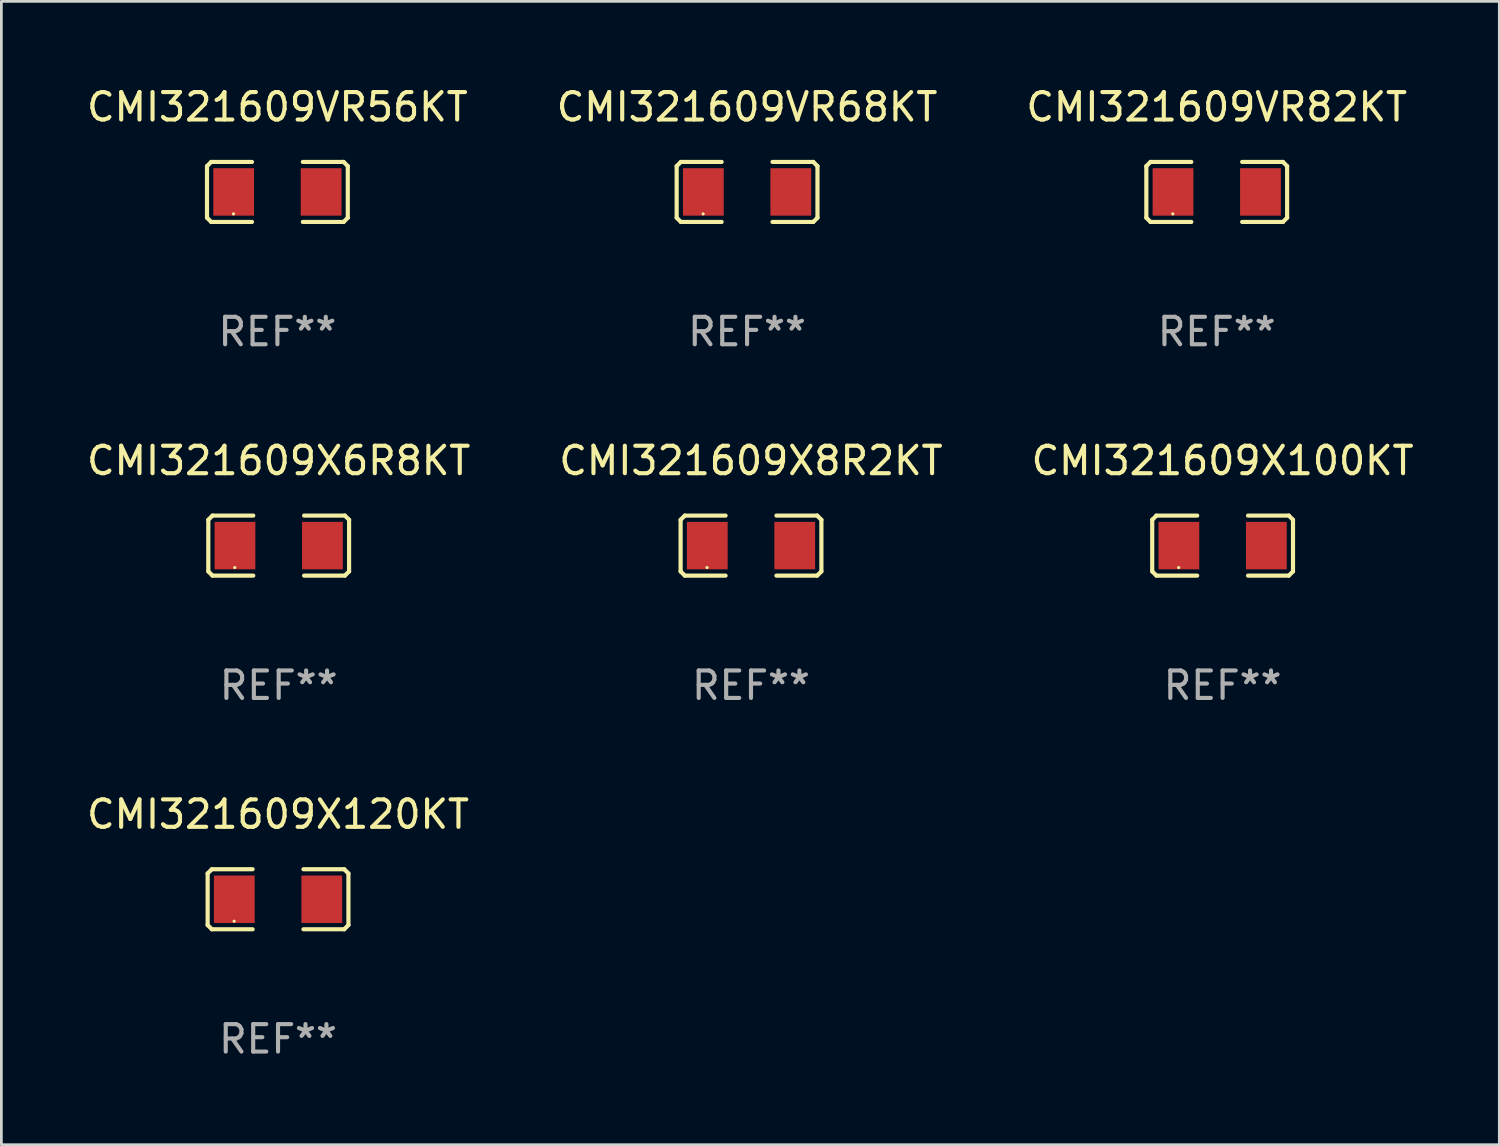
<source format=kicad_pcb>
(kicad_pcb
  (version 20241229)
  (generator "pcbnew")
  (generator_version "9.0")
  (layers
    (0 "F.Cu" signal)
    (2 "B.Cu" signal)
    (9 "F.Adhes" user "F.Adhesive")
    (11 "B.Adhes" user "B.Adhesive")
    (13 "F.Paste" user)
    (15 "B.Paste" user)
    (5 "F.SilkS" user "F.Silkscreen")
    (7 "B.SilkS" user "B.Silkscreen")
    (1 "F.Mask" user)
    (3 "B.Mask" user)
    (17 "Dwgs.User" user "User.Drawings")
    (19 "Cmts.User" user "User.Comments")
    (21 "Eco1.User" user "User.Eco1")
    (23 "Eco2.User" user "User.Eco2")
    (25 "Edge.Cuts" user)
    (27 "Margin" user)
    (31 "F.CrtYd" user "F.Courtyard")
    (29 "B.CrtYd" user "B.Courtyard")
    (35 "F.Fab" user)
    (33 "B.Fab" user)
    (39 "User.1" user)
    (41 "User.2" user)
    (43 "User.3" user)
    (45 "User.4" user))
  (footprint "CMI321609X8R2KT"
    (layer "F.Cu")
    (at 24.304 16.823)
    (property "Reference" "CMI321609X8R2KT" (at 0 -3.093 0) (layer "F.SilkS") (effects (font (size 1 1) (thickness 0.15))))
    (attr through_hole)
    (fp_line (start -2.564 -0.94) (end -2.411 -1.093) (stroke (width 0.152) (type solid)) (layer "F.SilkS"))
    (fp_line (start -2.564 0.94) (end -2.564 -0.94) (stroke (width 0.152) (type solid)) (layer "F.SilkS"))
    (fp_line (start -2.411 -1.093) (end -0.926 -1.093) (stroke (width 0.152) (type solid)) (layer "F.SilkS"))
    (fp_line (start -2.411 1.093) (end -2.564 0.94) (stroke (width 0.152) (type solid)) (layer "F.SilkS"))
    (fp_line (start -0.926 1.093) (end -2.411 1.093) (stroke (width 0.152) (type solid)) (layer "F.SilkS"))
    (fp_line (start 0.926 1.093) (end 2.411 1.093) (stroke (width 0.152) (type solid)) (layer "F.SilkS"))
    (fp_line (start 2.411 -1.093) (end 0.926 -1.093) (stroke (width 0.152) (type solid)) (layer "F.SilkS"))
    (fp_line (start 2.411 1.093) (end 2.564 0.94) (stroke (width 0.152) (type solid)) (layer "F.SilkS"))
    (fp_line (start 2.564 -0.94) (end 2.411 -1.093) (stroke (width 0.152) (type solid)) (layer "F.SilkS"))
    (fp_line (start 2.564 0.94) (end 2.564 -0.94) (stroke (width 0.152) (type solid)) (layer "F.SilkS"))
    (fp_circle (center -1.6 0.8) (end -1.57 0.8) (stroke (width 0.06) (type solid)) (fill no) (layer "F.SilkS"))
    (fp_text user "REF**" (at 0 5.093 0) (layer "F.Fab") (effects (font (size 1 1) (thickness 0.15))))
    (pad "1" smd rect (at -1.593 0) (size 1.485 1.728) (layers "F.Cu" "F.Mask" "F.Paste"))
    (pad "2" smd rect (at 1.593 0) (size 1.485 1.728) (layers "F.Cu" "F.Mask" "F.Paste")))
  (footprint "CMI321609X6R8KT"
    (layer "F.Cu")
    (at 7.101 16.823)
    (property "Reference" "CMI321609X6R8KT" (at 0 -3.093 0) (layer "F.SilkS") (effects (font (size 1 1) (thickness 0.15))))
    (attr through_hole)
    (fp_line (start -2.564 -0.94) (end -2.411 -1.093) (stroke (width 0.152) (type solid)) (layer "F.SilkS"))
    (fp_line (start -2.564 0.94) (end -2.564 -0.94) (stroke (width 0.152) (type solid)) (layer "F.SilkS"))
    (fp_line (start -2.411 -1.093) (end -0.926 -1.093) (stroke (width 0.152) (type solid)) (layer "F.SilkS"))
    (fp_line (start -2.411 1.093) (end -2.564 0.94) (stroke (width 0.152) (type solid)) (layer "F.SilkS"))
    (fp_line (start -0.926 1.093) (end -2.411 1.093) (stroke (width 0.152) (type solid)) (layer "F.SilkS"))
    (fp_line (start 0.926 1.093) (end 2.411 1.093) (stroke (width 0.152) (type solid)) (layer "F.SilkS"))
    (fp_line (start 2.411 -1.093) (end 0.926 -1.093) (stroke (width 0.152) (type solid)) (layer "F.SilkS"))
    (fp_line (start 2.411 1.093) (end 2.564 0.94) (stroke (width 0.152) (type solid)) (layer "F.SilkS"))
    (fp_line (start 2.564 -0.94) (end 2.411 -1.093) (stroke (width 0.152) (type solid)) (layer "F.SilkS"))
    (fp_line (start 2.564 0.94) (end 2.564 -0.94) (stroke (width 0.152) (type solid)) (layer "F.SilkS"))
    (fp_circle (center -1.6 0.8) (end -1.57 0.8) (stroke (width 0.06) (type solid)) (fill no) (layer "F.SilkS"))
    (fp_text user "REF**" (at 0 5.093 0) (layer "F.Fab") (effects (font (size 1 1) (thickness 0.15))))
    (pad "1" smd rect (at -1.593 0) (size 1.485 1.728) (layers "F.Cu" "F.Mask" "F.Paste"))
    (pad "2" smd rect (at 1.593 0) (size 1.485 1.728) (layers "F.Cu" "F.Mask" "F.Paste")))
  (footprint "CMI321609X120KT"
    (layer "F.Cu")
    (at 7.077 29.704)
    (property "Reference" "CMI321609X120KT" (at 0 -3.093 0) (layer "F.SilkS") (effects (font (size 1 1) (thickness 0.15))))
    (attr through_hole)
    (fp_line (start -2.564 -0.94) (end -2.411 -1.093) (stroke (width 0.152) (type solid)) (layer "F.SilkS"))
    (fp_line (start -2.564 0.94) (end -2.564 -0.94) (stroke (width 0.152) (type solid)) (layer "F.SilkS"))
    (fp_line (start -2.411 -1.093) (end -0.926 -1.093) (stroke (width 0.152) (type solid)) (layer "F.SilkS"))
    (fp_line (start -2.411 1.093) (end -2.564 0.94) (stroke (width 0.152) (type solid)) (layer "F.SilkS"))
    (fp_line (start -0.926 1.093) (end -2.411 1.093) (stroke (width 0.152) (type solid)) (layer "F.SilkS"))
    (fp_line (start 0.926 1.093) (end 2.411 1.093) (stroke (width 0.152) (type solid)) (layer "F.SilkS"))
    (fp_line (start 2.411 -1.093) (end 0.926 -1.093) (stroke (width 0.152) (type solid)) (layer "F.SilkS"))
    (fp_line (start 2.411 1.093) (end 2.564 0.94) (stroke (width 0.152) (type solid)) (layer "F.SilkS"))
    (fp_line (start 2.564 -0.94) (end 2.411 -1.093) (stroke (width 0.152) (type solid)) (layer "F.SilkS"))
    (fp_line (start 2.564 0.94) (end 2.564 -0.94) (stroke (width 0.152) (type solid)) (layer "F.SilkS"))
    (fp_circle (center -1.6 0.8) (end -1.57 0.8) (stroke (width 0.06) (type solid)) (fill no) (layer "F.SilkS"))
    (fp_text user "REF**" (at 0 5.093 0) (layer "F.Fab") (effects (font (size 1 1) (thickness 0.15))))
    (pad "1" smd rect (at -1.593 0) (size 1.485 1.728) (layers "F.Cu" "F.Mask" "F.Paste"))
    (pad "2" smd rect (at 1.593 0) (size 1.485 1.728) (layers "F.Cu" "F.Mask" "F.Paste")))
  (footprint "CMI321609X100KT"
    (layer "F.Cu")
    (at 41.482 16.823)
    (property "Reference" "CMI321609X100KT" (at 0 -3.093 0) (layer "F.SilkS") (effects (font (size 1 1) (thickness 0.15))))
    (attr through_hole)
    (fp_line (start -2.564 -0.94) (end -2.411 -1.093) (stroke (width 0.152) (type solid)) (layer "F.SilkS"))
    (fp_line (start -2.564 0.94) (end -2.564 -0.94) (stroke (width 0.152) (type solid)) (layer "F.SilkS"))
    (fp_line (start -2.411 -1.093) (end -0.926 -1.093) (stroke (width 0.152) (type solid)) (layer "F.SilkS"))
    (fp_line (start -2.411 1.093) (end -2.564 0.94) (stroke (width 0.152) (type solid)) (layer "F.SilkS"))
    (fp_line (start -0.926 1.093) (end -2.411 1.093) (stroke (width 0.152) (type solid)) (layer "F.SilkS"))
    (fp_line (start 0.926 1.093) (end 2.411 1.093) (stroke (width 0.152) (type solid)) (layer "F.SilkS"))
    (fp_line (start 2.411 -1.093) (end 0.926 -1.093) (stroke (width 0.152) (type solid)) (layer "F.SilkS"))
    (fp_line (start 2.411 1.093) (end 2.564 0.94) (stroke (width 0.152) (type solid)) (layer "F.SilkS"))
    (fp_line (start 2.564 -0.94) (end 2.411 -1.093) (stroke (width 0.152) (type solid)) (layer "F.SilkS"))
    (fp_line (start 2.564 0.94) (end 2.564 -0.94) (stroke (width 0.152) (type solid)) (layer "F.SilkS"))
    (fp_circle (center -1.6 0.8) (end -1.57 0.8) (stroke (width 0.06) (type solid)) (fill no) (layer "F.SilkS"))
    (fp_text user "REF**" (at 0 5.093 0) (layer "F.Fab") (effects (font (size 1 1) (thickness 0.15))))
    (pad "1" smd rect (at -1.593 0) (size 1.485 1.728) (layers "F.Cu" "F.Mask" "F.Paste"))
    (pad "2" smd rect (at 1.593 0) (size 1.485 1.728) (layers "F.Cu" "F.Mask" "F.Paste")))
  (footprint "CMI321609VR82KT"
    (layer "F.Cu")
    (at 41.268 3.941)
    (property "Reference" "CMI321609VR82KT" (at 0 -3.093 0) (layer "F.SilkS") (effects (font (size 1 1) (thickness 0.15))))
    (attr through_hole)
    (fp_line (start -2.564 -0.94) (end -2.411 -1.093) (stroke (width 0.152) (type solid)) (layer "F.SilkS"))
    (fp_line (start -2.564 0.94) (end -2.564 -0.94) (stroke (width 0.152) (type solid)) (layer "F.SilkS"))
    (fp_line (start -2.411 -1.093) (end -0.926 -1.093) (stroke (width 0.152) (type solid)) (layer "F.SilkS"))
    (fp_line (start -2.411 1.093) (end -2.564 0.94) (stroke (width 0.152) (type solid)) (layer "F.SilkS"))
    (fp_line (start -0.926 1.093) (end -2.411 1.093) (stroke (width 0.152) (type solid)) (layer "F.SilkS"))
    (fp_line (start 0.926 1.093) (end 2.411 1.093) (stroke (width 0.152) (type solid)) (layer "F.SilkS"))
    (fp_line (start 2.411 -1.093) (end 0.926 -1.093) (stroke (width 0.152) (type solid)) (layer "F.SilkS"))
    (fp_line (start 2.411 1.093) (end 2.564 0.94) (stroke (width 0.152) (type solid)) (layer "F.SilkS"))
    (fp_line (start 2.564 -0.94) (end 2.411 -1.093) (stroke (width 0.152) (type solid)) (layer "F.SilkS"))
    (fp_line (start 2.564 0.94) (end 2.564 -0.94) (stroke (width 0.152) (type solid)) (layer "F.SilkS"))
    (fp_circle (center -1.6 0.8) (end -1.57 0.8) (stroke (width 0.06) (type solid)) (fill no) (layer "F.SilkS"))
    (fp_text user "REF**" (at 0 5.093 0) (layer "F.Fab") (effects (font (size 1 1) (thickness 0.15))))
    (pad "1" smd rect (at -1.593 0) (size 1.485 1.728) (layers "F.Cu" "F.Mask" "F.Paste"))
    (pad "2" smd rect (at 1.593 0) (size 1.485 1.728) (layers "F.Cu" "F.Mask" "F.Paste")))
  (footprint "CMI321609VR68KT"
    (layer "F.Cu")
    (at 24.161 3.941)
    (property "Reference" "CMI321609VR68KT" (at 0 -3.093 0) (layer "F.SilkS") (effects (font (size 1 1) (thickness 0.15))))
    (attr through_hole)
    (fp_line (start -2.564 -0.94) (end -2.411 -1.093) (stroke (width 0.152) (type solid)) (layer "F.SilkS"))
    (fp_line (start -2.564 0.94) (end -2.564 -0.94) (stroke (width 0.152) (type solid)) (layer "F.SilkS"))
    (fp_line (start -2.411 -1.093) (end -0.926 -1.093) (stroke (width 0.152) (type solid)) (layer "F.SilkS"))
    (fp_line (start -2.411 1.093) (end -2.564 0.94) (stroke (width 0.152) (type solid)) (layer "F.SilkS"))
    (fp_line (start -0.926 1.093) (end -2.411 1.093) (stroke (width 0.152) (type solid)) (layer "F.SilkS"))
    (fp_line (start 0.926 1.093) (end 2.411 1.093) (stroke (width 0.152) (type solid)) (layer "F.SilkS"))
    (fp_line (start 2.411 -1.093) (end 0.926 -1.093) (stroke (width 0.152) (type solid)) (layer "F.SilkS"))
    (fp_line (start 2.411 1.093) (end 2.564 0.94) (stroke (width 0.152) (type solid)) (layer "F.SilkS"))
    (fp_line (start 2.564 -0.94) (end 2.411 -1.093) (stroke (width 0.152) (type solid)) (layer "F.SilkS"))
    (fp_line (start 2.564 0.94) (end 2.564 -0.94) (stroke (width 0.152) (type solid)) (layer "F.SilkS"))
    (fp_circle (center -1.6 0.8) (end -1.57 0.8) (stroke (width 0.06) (type solid)) (fill no) (layer "F.SilkS"))
    (fp_text user "REF**" (at 0 5.093 0) (layer "F.Fab") (effects (font (size 1 1) (thickness 0.15))))
    (pad "1" smd rect (at -1.593 0) (size 1.485 1.728) (layers "F.Cu" "F.Mask" "F.Paste"))
    (pad "2" smd rect (at 1.593 0) (size 1.485 1.728) (layers "F.Cu" "F.Mask" "F.Paste")))
  (footprint "CMI321609VR56KT"
    (layer "F.Cu")
    (at 7.054 3.941)
    (property "Reference" "CMI321609VR56KT" (at 0 -3.093 0) (layer "F.SilkS") (effects (font (size 1 1) (thickness 0.15))))
    (attr through_hole)
    (fp_line (start -2.564 -0.94) (end -2.411 -1.093) (stroke (width 0.152) (type solid)) (layer "F.SilkS"))
    (fp_line (start -2.564 0.94) (end -2.564 -0.94) (stroke (width 0.152) (type solid)) (layer "F.SilkS"))
    (fp_line (start -2.411 -1.093) (end -0.926 -1.093) (stroke (width 0.152) (type solid)) (layer "F.SilkS"))
    (fp_line (start -2.411 1.093) (end -2.564 0.94) (stroke (width 0.152) (type solid)) (layer "F.SilkS"))
    (fp_line (start -0.926 1.093) (end -2.411 1.093) (stroke (width 0.152) (type solid)) (layer "F.SilkS"))
    (fp_line (start 0.926 1.093) (end 2.411 1.093) (stroke (width 0.152) (type solid)) (layer "F.SilkS"))
    (fp_line (start 2.411 -1.093) (end 0.926 -1.093) (stroke (width 0.152) (type solid)) (layer "F.SilkS"))
    (fp_line (start 2.411 1.093) (end 2.564 0.94) (stroke (width 0.152) (type solid)) (layer "F.SilkS"))
    (fp_line (start 2.564 -0.94) (end 2.411 -1.093) (stroke (width 0.152) (type solid)) (layer "F.SilkS"))
    (fp_line (start 2.564 0.94) (end 2.564 -0.94) (stroke (width 0.152) (type solid)) (layer "F.SilkS"))
    (fp_circle (center -1.6 0.8) (end -1.57 0.8) (stroke (width 0.06) (type solid)) (fill no) (layer "F.SilkS"))
    (fp_text user "REF**" (at 0 5.093 0) (layer "F.Fab") (effects (font (size 1 1) (thickness 0.15))))
    (pad "1" smd rect (at -1.593 0) (size 1.485 1.728) (layers "F.Cu" "F.Mask" "F.Paste"))
    (pad "2" smd rect (at 1.593 0) (size 1.485 1.728) (layers "F.Cu" "F.Mask" "F.Paste")))
  (gr_rect
    (start -3 -3)
    (end 51.56 38.645)
    (stroke (width 0.1) (type default))
    (fill no)
    (layer "Edge.Cuts")))
</source>
